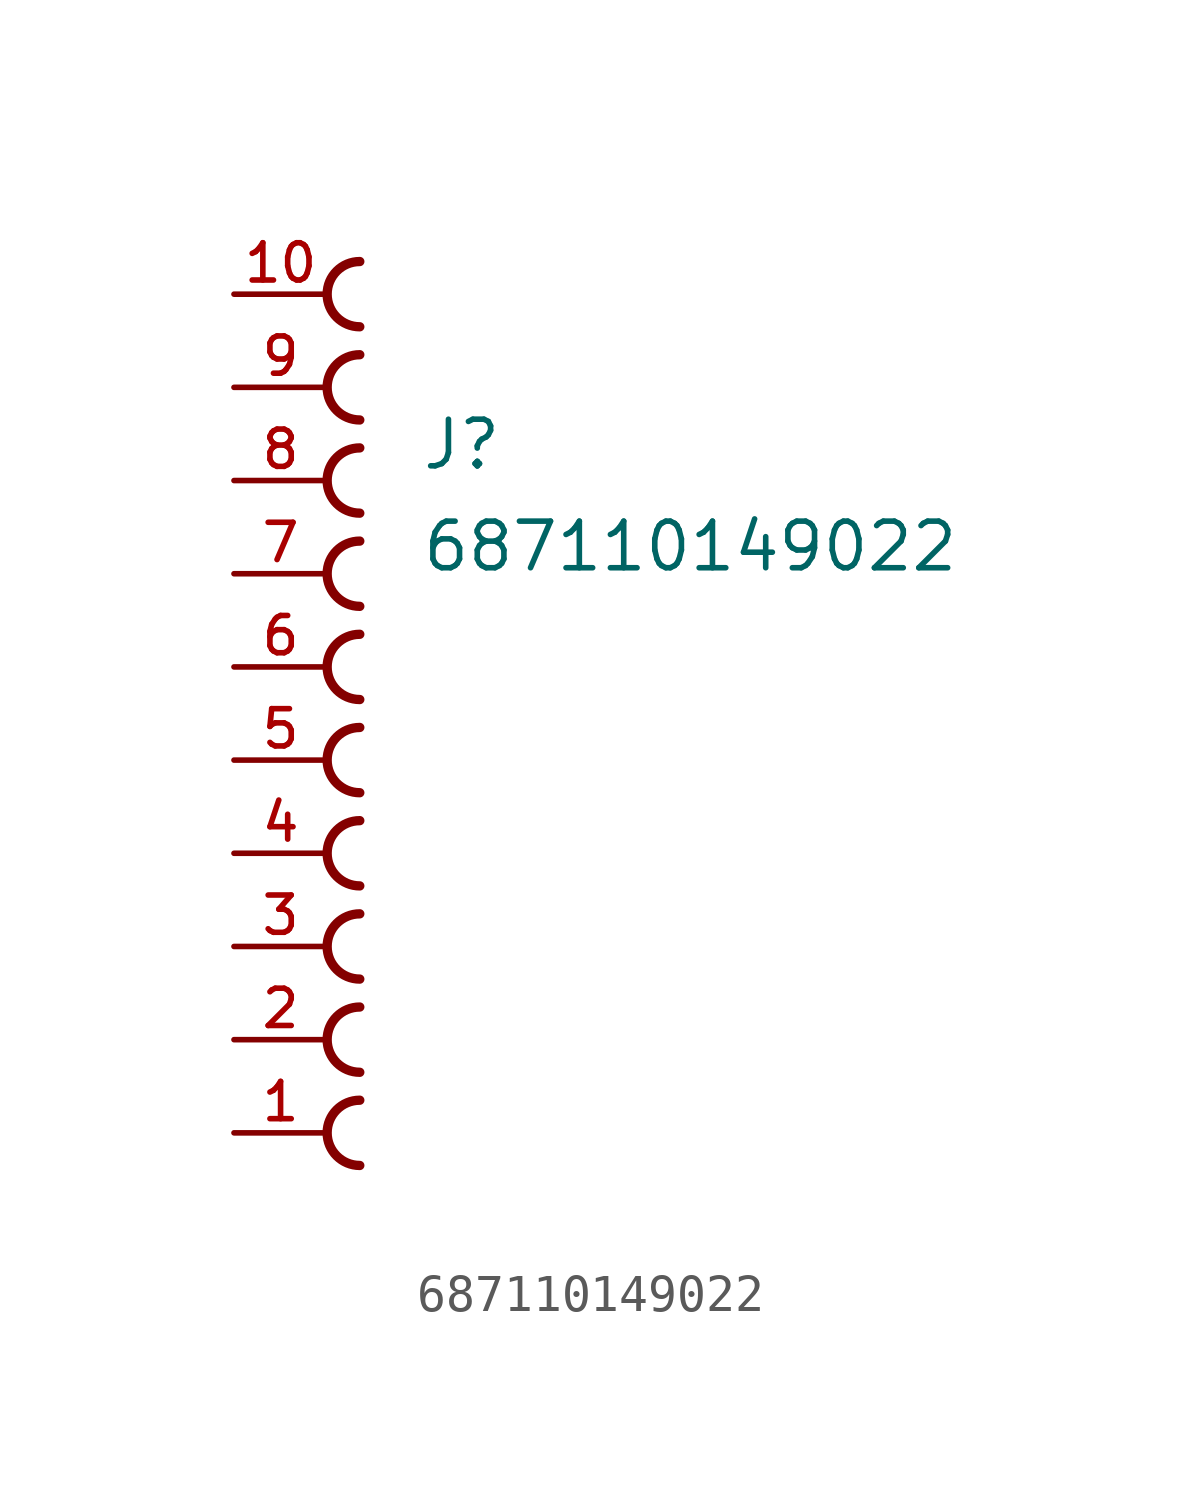
<source format=kicad_sym>
(kicad_symbol_lib
  (version 20211014)
  (generator kicad_symbol_editor)
  (symbol "687110149022"
    (pin_names
      (offset 1.016))
    (property "Reference" "J"
      (at 0.0 7.858 0)
      (effects (font (size 1.27 1.27)) (justify bottom left)))
    (property "Value" "687110149022"
      (at 0.0 5.08 0)
      (effects (font (size 1.27 1.27)) (justify bottom left)))
    (symbol "687110149022_0_0"
      (arc (start -1.651 11.811) (mid -2.54 12.7) (end -1.651 13.589) (stroke (width 0.254) (type default) (color 0 0 0 0)) (fill (type none)))
      (arc (start -1.651 9.271) (mid -2.54 10.16) (end -1.651 11.049) (stroke (width 0.254) (type default) (color 0 0 0 0)) (fill (type none)))
      (arc (start -1.651 6.731) (mid -2.54 7.62) (end -1.651 8.509) (stroke (width 0.254) (type default) (color 0 0 0 0)) (fill (type none)))
      (arc (start -1.651 4.191) (mid -2.54 5.08) (end -1.651 5.969) (stroke (width 0.254) (type default) (color 0 0 0 0)) (fill (type none)))
      (arc (start -1.651 1.651) (mid -2.54 2.54) (end -1.651 3.429) (stroke (width 0.254) (type default) (color 0 0 0 0)) (fill (type none)))
      (arc (start -1.651 -0.889) (mid -2.54 0.0) (end -1.651 0.889) (stroke (width 0.254) (type default) (color 0 0 0 0)) (fill (type none)))
      (arc (start -1.651 -3.429) (mid -2.54 -2.54) (end -1.651 -1.651) (stroke (width 0.254) (type default) (color 0 0 0 0)) (fill (type none)))
      (arc (start -1.651 -5.969) (mid -2.54 -5.08) (end -1.651 -4.191) (stroke (width 0.254) (type default) (color 0 0 0 0)) (fill (type none)))
      (arc (start -1.651 -8.509) (mid -2.54 -7.62) (end -1.651 -6.731) (stroke (width 0.254) (type default) (color 0 0 0 0)) (fill (type none)))
      (arc (start -1.651 -11.049) (mid -2.54 -10.16) (end -1.651 -9.271) (stroke (width 0.254) (type default) (color 0 0 0 0)) (fill (type none)))
      (pin passive line (at -5.08 12.7 0) (length 2.54) (name "~" (effects (font (size 1.016 1.016)))) (number "10" (effects (font (size 1.016 1.016)))))
      (pin passive line (at -5.08 10.16 0) (length 2.54) (name "~" (effects (font (size 1.016 1.016)))) (number "9" (effects (font (size 1.016 1.016)))))
      (pin passive line (at -5.08 7.62 0) (length 2.54) (name "~" (effects (font (size 1.016 1.016)))) (number "8" (effects (font (size 1.016 1.016)))))
      (pin passive line (at -5.08 5.08 0) (length 2.54) (name "~" (effects (font (size 1.016 1.016)))) (number "7" (effects (font (size 1.016 1.016)))))
      (pin passive line (at -5.08 2.54 0) (length 2.54) (name "~" (effects (font (size 1.016 1.016)))) (number "6" (effects (font (size 1.016 1.016)))))
      (pin passive line (at -5.08 0.0 0) (length 2.54) (name "~" (effects (font (size 1.016 1.016)))) (number "5" (effects (font (size 1.016 1.016)))))
      (pin passive line (at -5.08 -2.54 0) (length 2.54) (name "~" (effects (font (size 1.016 1.016)))) (number "4" (effects (font (size 1.016 1.016)))))
      (pin passive line (at -5.08 -5.08 0) (length 2.54) (name "~" (effects (font (size 1.016 1.016)))) (number "3" (effects (font (size 1.016 1.016)))))
      (pin passive line (at -5.08 -7.62 0) (length 2.54) (name "~" (effects (font (size 1.016 1.016)))) (number "2" (effects (font (size 1.016 1.016)))))
      (pin passive line (at -5.08 -10.16 0) (length 2.54) (name "~" (effects (font (size 1.016 1.016)))) (number "1" (effects (font (size 1.016 1.016))))))))
</source>
